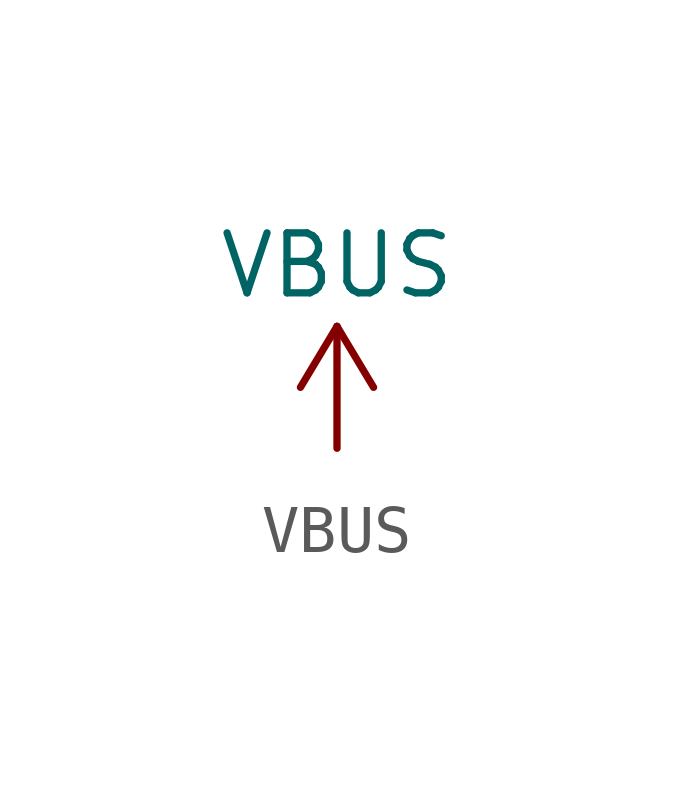
<source format=kicad_sym>
(kicad_symbol_lib
  (version 20231120)
  (generator "kicad_symbol_editor")
  (generator_version "8.0")
  (symbol "VBUS"
    (power)
    (pin_numbers hide)
    (pin_names
      (offset 0) hide)
    (property "Reference" "#PWR"
      (at 0 -13 0)
      (effects (font (size 1.25 1.25)) (hide yes)))
    (property "Value" "VBUS"
      (at 0 3.81 0)
      (do_not_autoplace)
      (effects (font (size 1.25 1.25))))
    (symbol "VBUS_0_1"
      (polyline (pts (xy -0.762 1.27) (xy 0 2.54)) (stroke (width 0) (type default)) (fill (type none)))
      (polyline (pts (xy 0 0) (xy 0 2.54)) (stroke (width 0) (type default)) (fill (type none)))
      (polyline (pts (xy 0 2.54) (xy 0.762 1.27)) (stroke (width 0) (type default)) (fill (type none))))
    (symbol "VBUS_1_1"
      (pin power_in line (at 0 0 90) (length 0) hide (name "VBUS" (effects (font (size 1.25 1.25)))) (number "1" (effects (font (size 1.25 1.25))))))))
</source>
